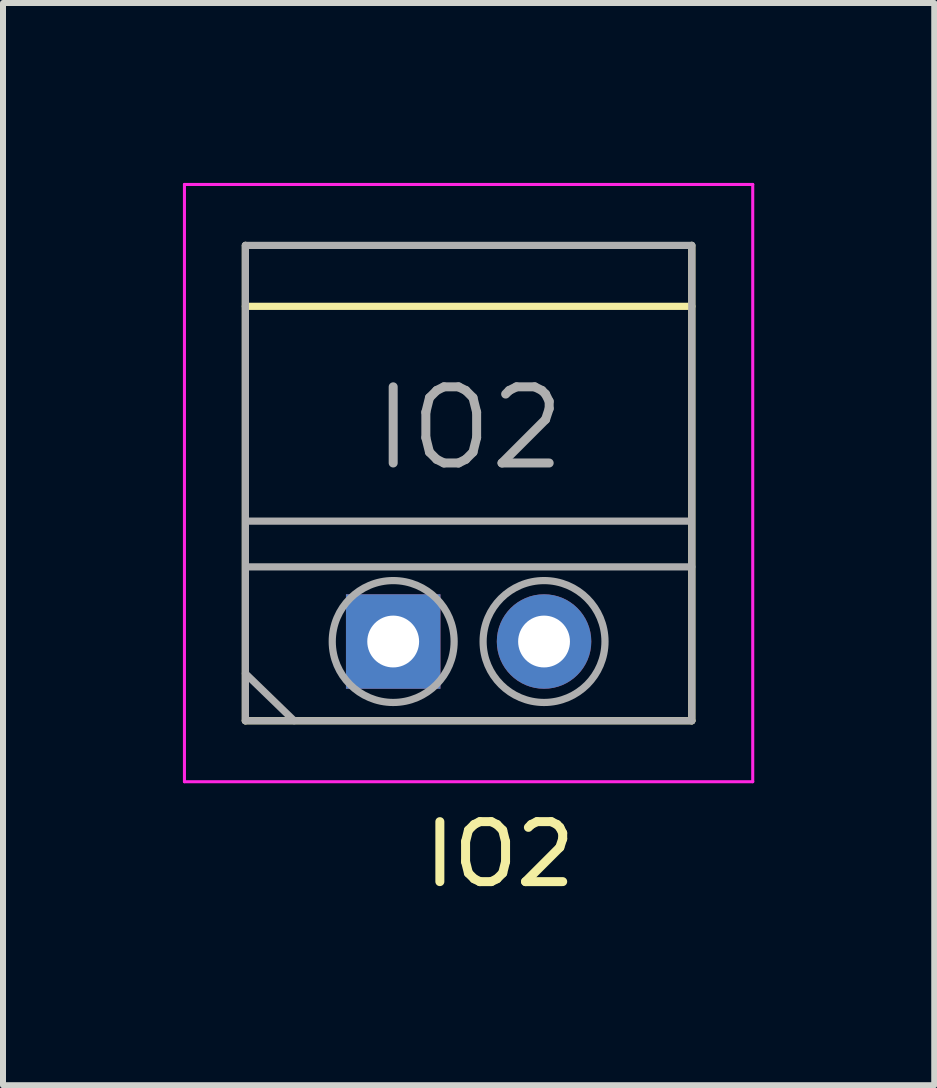
<source format=kicad_pcb>
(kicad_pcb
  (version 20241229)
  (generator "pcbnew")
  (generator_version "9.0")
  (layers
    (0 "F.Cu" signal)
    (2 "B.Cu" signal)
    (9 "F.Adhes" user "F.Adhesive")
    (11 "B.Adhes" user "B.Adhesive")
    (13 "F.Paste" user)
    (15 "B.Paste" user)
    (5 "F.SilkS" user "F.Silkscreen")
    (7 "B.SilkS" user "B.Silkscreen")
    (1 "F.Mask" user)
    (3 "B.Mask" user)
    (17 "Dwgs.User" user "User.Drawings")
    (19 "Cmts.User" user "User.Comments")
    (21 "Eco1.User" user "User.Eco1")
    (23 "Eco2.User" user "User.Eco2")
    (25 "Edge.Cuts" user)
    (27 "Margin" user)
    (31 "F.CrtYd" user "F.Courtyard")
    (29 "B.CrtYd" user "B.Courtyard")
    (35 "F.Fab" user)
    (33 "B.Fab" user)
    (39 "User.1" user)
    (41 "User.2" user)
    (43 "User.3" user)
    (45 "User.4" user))
  (footprint "IO2"
    (layer "F.Cu")
    (at 3.505 7.645)
    (property "Reference" "IO2" (at 1.778 3.548 0) (layer "F.SilkS") (effects (font (size 1 1) (thickness 0.15))))
    (attr through_hole)
    (fp_line (start -2.464 -6.604) (end -2.464 1.321) (stroke (width 0.12) (type solid)) (layer "F.SilkS"))
    (fp_line (start -2.464 -5.588) (end 4.978 -5.588) (stroke (width 0.12) (type solid)) (layer "F.SilkS"))
    (fp_line (start 4.978 -6.604) (end 4.978 1.321) (stroke (width 0.12) (type solid)) (layer "F.SilkS"))
    (fp_line (start 4.978 1.321) (end -2.464 1.321) (stroke (width 0.12) (type solid)) (layer "F.SilkS"))
    (fp_line (start -3.48 -7.62) (end -3.48 2.337) (stroke (width 0.051) (type solid)) (layer "F.CrtYd"))
    (fp_line (start -3.48 -7.62) (end 5.994 -7.62) (stroke (width 0.051) (type solid)) (layer "F.CrtYd"))
    (fp_line (start 5.994 -7.62) (end 5.994 2.337) (stroke (width 0.051) (type solid)) (layer "F.CrtYd"))
    (fp_line (start 5.994 2.337) (end -3.48 2.337) (stroke (width 0.051) (type solid)) (layer "F.CrtYd"))
    (fp_line (start -2.464 -6.604) (end -2.464 1.321) (stroke (width 0.12) (type solid)) (layer "F.Fab"))
    (fp_line (start -2.464 -6.604) (end 4.978 -6.604) (stroke (width 0.12) (type solid)) (layer "F.Fab"))
    (fp_line (start -2.438 -2.007) (end 4.953 -2.007) (stroke (width 0.12) (type solid)) (layer "F.Fab"))
    (fp_line (start -2.438 -1.245) (end 4.978 -1.245) (stroke (width 0.12) (type solid)) (layer "F.Fab"))
    (fp_line (start -1.651 1.321) (end -2.464 0.533) (stroke (width 0.12) (type solid)) (layer "F.Fab"))
    (fp_line (start 4.978 -6.604) (end 4.978 1.321) (stroke (width 0.12) (type solid)) (layer "F.Fab"))
    (fp_line (start 4.978 1.321) (end -2.464 1.321) (stroke (width 0.12) (type solid)) (layer "F.Fab"))
    (fp_circle (center 0 0) (end 1.016 0) (stroke (width 0.12) (type solid)) (fill no) (layer "F.Fab"))
    (fp_circle (center 2.515 0) (end 3.531 0) (stroke (width 0.12) (type solid)) (fill no) (layer "F.Fab"))
    (fp_text user "${REFERENCE}" (at 1.27 -3.556 0) (layer "F.Fab") (effects (font (size 1.27 1.27) (thickness 0.15))))
    (pad "1" thru_hole rect (at 0 0) (size 1.575 1.575) (drill 0.864) (layers "*.Cu" "*.Mask"))
    (pad "2" thru_hole circle (at 2.515 0) (size 1.575 1.575) (drill 0.864) (layers "*.Cu" "*.Mask")))
  (gr_rect
    (start -3 -3)
    (end 12.525 15.042)
    (stroke (width 0.1) (type default))
    (fill no)
    (layer "Edge.Cuts")))
</source>
